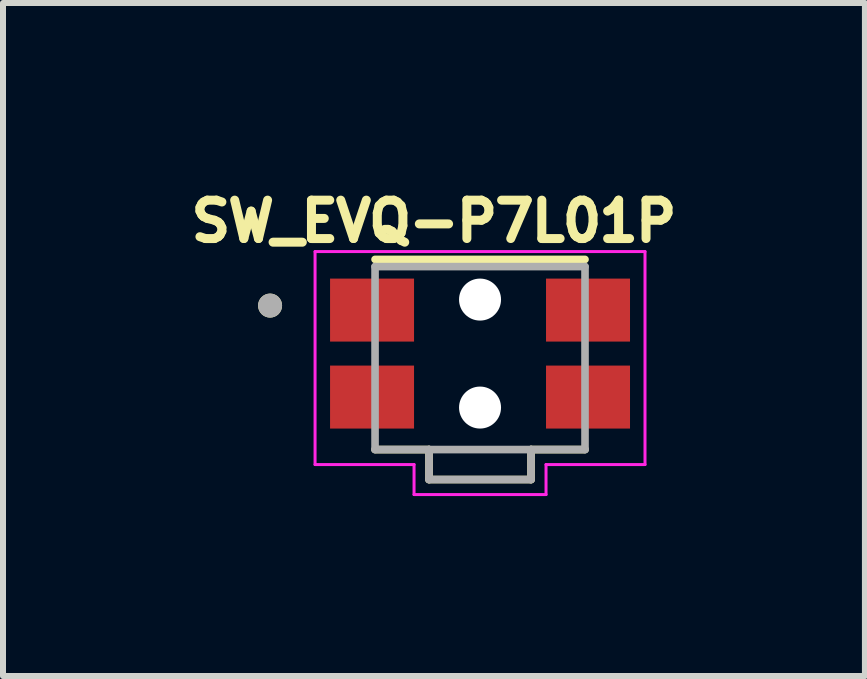
<source format=kicad_pcb>
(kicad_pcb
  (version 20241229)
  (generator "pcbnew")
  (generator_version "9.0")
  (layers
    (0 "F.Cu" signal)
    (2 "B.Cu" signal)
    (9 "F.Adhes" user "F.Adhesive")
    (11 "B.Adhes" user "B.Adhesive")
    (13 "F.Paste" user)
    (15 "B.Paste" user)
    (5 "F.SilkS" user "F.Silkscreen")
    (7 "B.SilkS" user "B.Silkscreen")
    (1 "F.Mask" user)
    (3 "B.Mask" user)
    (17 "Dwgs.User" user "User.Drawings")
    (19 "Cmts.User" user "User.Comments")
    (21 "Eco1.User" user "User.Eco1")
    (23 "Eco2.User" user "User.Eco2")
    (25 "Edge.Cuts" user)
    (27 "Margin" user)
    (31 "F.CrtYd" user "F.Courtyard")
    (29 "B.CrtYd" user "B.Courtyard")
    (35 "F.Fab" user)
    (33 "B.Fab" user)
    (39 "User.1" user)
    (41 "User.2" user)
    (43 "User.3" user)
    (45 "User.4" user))
  (footprint "SW_EVQ-P7L01P"
    (layer "F.Cu")
    (at 4.952 2.844)
    (property "Reference" "SW_EVQ-P7L01P" (at -0.768 -2.206 0) (layer "F.SilkS") (effects (font (size 0.64 0.64) (thickness 0.15))))
    (attr smd)
    (fp_line (start -1.75 -1.57) (end 1.75 -1.57) (stroke (width 0.127) (type solid)) (layer "F.SilkS"))
    (fp_line (start -1.75 1.6) (end -0.85 1.6) (stroke (width 0.127) (type solid)) (layer "F.SilkS"))
    (fp_line (start -0.85 1.6) (end -0.85 2.1) (stroke (width 0.127) (type solid)) (layer "F.SilkS"))
    (fp_line (start -0.85 2.1) (end 0.85 2.1) (stroke (width 0.127) (type solid)) (layer "F.SilkS"))
    (fp_line (start 0.85 1.6) (end 1.75 1.6) (stroke (width 0.127) (type solid)) (layer "F.SilkS"))
    (fp_line (start 0.85 2.1) (end 0.85 1.6) (stroke (width 0.127) (type solid)) (layer "F.SilkS"))
    (fp_circle (center -3.5 -0.8) (end -3.4 -0.8) (stroke (width 0.2) (type solid)) (fill no) (layer "F.SilkS"))
    (fp_line (start -2.75 -1.7) (end 2.75 -1.7) (stroke (width 0.05) (type solid)) (layer "F.CrtYd"))
    (fp_line (start -2.75 1.85) (end -2.75 -1.7) (stroke (width 0.05) (type solid)) (layer "F.CrtYd"))
    (fp_line (start -1.1 1.85) (end -2.75 1.85) (stroke (width 0.05) (type solid)) (layer "F.CrtYd"))
    (fp_line (start -1.1 2.35) (end -1.1 1.85) (stroke (width 0.05) (type solid)) (layer "F.CrtYd"))
    (fp_line (start 1.1 1.85) (end 1.1 2.35) (stroke (width 0.05) (type solid)) (layer "F.CrtYd"))
    (fp_line (start 1.1 2.35) (end -1.1 2.35) (stroke (width 0.05) (type solid)) (layer "F.CrtYd"))
    (fp_line (start 2.75 -1.7) (end 2.75 1.85) (stroke (width 0.05) (type solid)) (layer "F.CrtYd"))
    (fp_line (start 2.75 1.85) (end 1.1 1.85) (stroke (width 0.05) (type solid)) (layer "F.CrtYd"))
    (fp_line (start -1.75 -1.45) (end 1.75 -1.45) (stroke (width 0.127) (type solid)) (layer "F.Fab"))
    (fp_line (start -1.75 1.6) (end -1.75 -1.45) (stroke (width 0.127) (type solid)) (layer "F.Fab"))
    (fp_line (start -0.85 1.6) (end -1.75 1.6) (stroke (width 0.127) (type solid)) (layer "F.Fab"))
    (fp_line (start -0.85 1.6) (end -0.85 2.1) (stroke (width 0.127) (type solid)) (layer "F.Fab"))
    (fp_line (start -0.85 2.1) (end 0.85 2.1) (stroke (width 0.127) (type solid)) (layer "F.Fab"))
    (fp_line (start 0.85 1.6) (end -0.85 1.6) (stroke (width 0.127) (type solid)) (layer "F.Fab"))
    (fp_line (start 0.85 2.1) (end 0.85 1.6) (stroke (width 0.127) (type solid)) (layer "F.Fab"))
    (fp_line (start 1.75 -1.45) (end 1.75 1.6) (stroke (width 0.127) (type solid)) (layer "F.Fab"))
    (fp_line (start 1.75 1.6) (end 0.85 1.6) (stroke (width 0.127) (type solid)) (layer "F.Fab"))
    (fp_circle (center -3.5 -0.8) (end -3.4 -0.8) (stroke (width 0.2) (type solid)) (fill no) (layer "F.Fab"))
    (pad "" np_thru_hole circle (at 0 -0.9) (size 0.7 0.7) (drill 0.7) (layers "*.Cu" "*.Mask"))
    (pad "" np_thru_hole circle (at 0 0.9) (size 0.7 0.7) (drill 0.7) (layers "*.Cu" "*.Mask"))
    (pad "1_1" smd rect (at -1.8 -0.725) (size 1.4 1.05) (layers "F.Cu" "F.Mask" "F.Paste"))
    (pad "1_2" smd rect (at 1.8 -0.725) (size 1.4 1.05) (layers "F.Cu" "F.Mask" "F.Paste"))
    (pad "2_1" smd rect (at -1.8 0.725) (size 1.4 1.05) (layers "F.Cu" "F.Mask" "F.Paste"))
    (pad "2_2" smd rect (at 1.8 0.725) (size 1.4 1.05) (layers "F.Cu" "F.Mask" "F.Paste")))
  (gr_rect
    (start -3 -3)
    (end 11.368 8.219)
    (stroke (width 0.1) (type default))
    (fill no)
    (layer "Edge.Cuts")))
</source>
